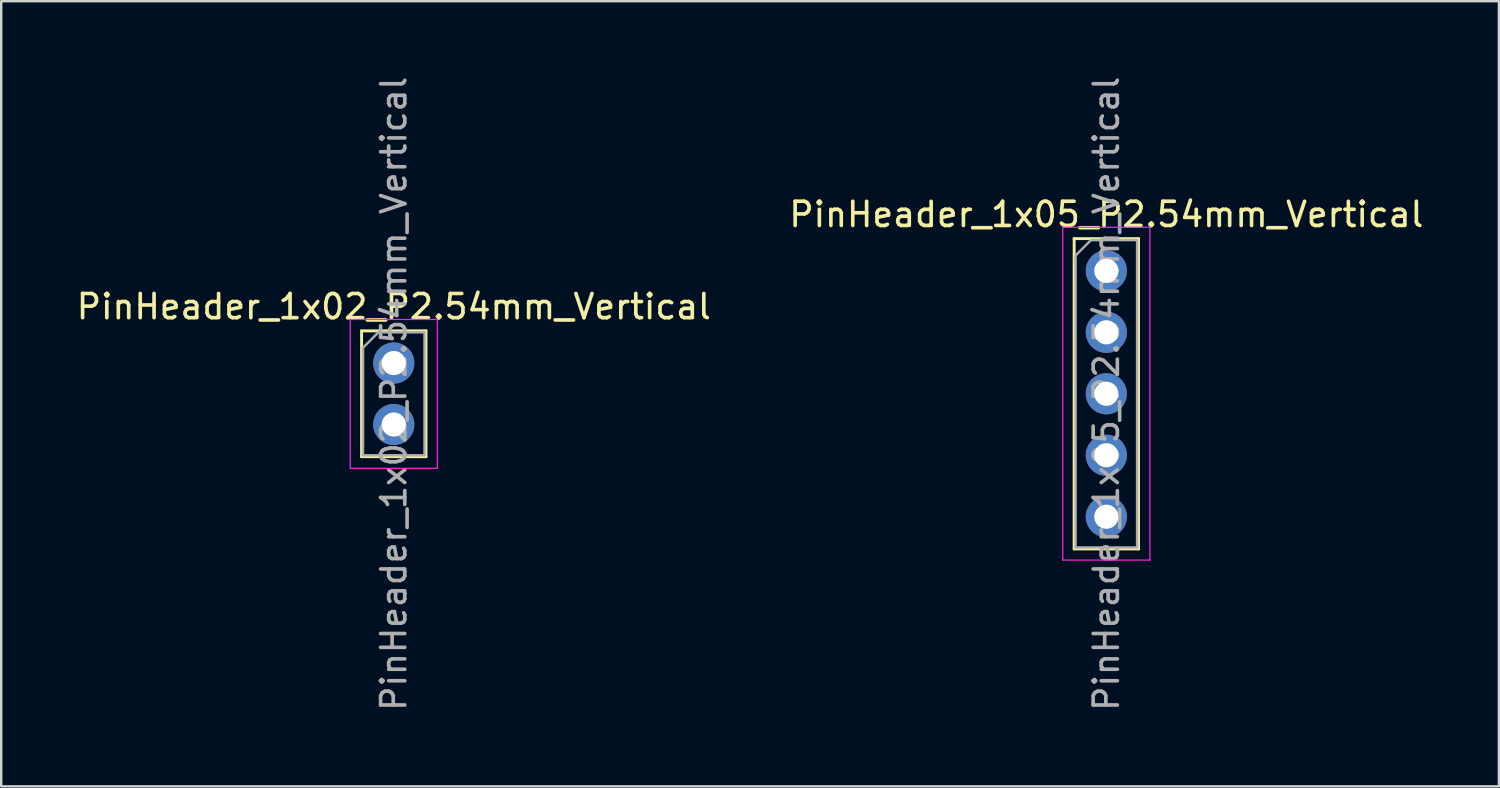
<source format=kicad_pcb>
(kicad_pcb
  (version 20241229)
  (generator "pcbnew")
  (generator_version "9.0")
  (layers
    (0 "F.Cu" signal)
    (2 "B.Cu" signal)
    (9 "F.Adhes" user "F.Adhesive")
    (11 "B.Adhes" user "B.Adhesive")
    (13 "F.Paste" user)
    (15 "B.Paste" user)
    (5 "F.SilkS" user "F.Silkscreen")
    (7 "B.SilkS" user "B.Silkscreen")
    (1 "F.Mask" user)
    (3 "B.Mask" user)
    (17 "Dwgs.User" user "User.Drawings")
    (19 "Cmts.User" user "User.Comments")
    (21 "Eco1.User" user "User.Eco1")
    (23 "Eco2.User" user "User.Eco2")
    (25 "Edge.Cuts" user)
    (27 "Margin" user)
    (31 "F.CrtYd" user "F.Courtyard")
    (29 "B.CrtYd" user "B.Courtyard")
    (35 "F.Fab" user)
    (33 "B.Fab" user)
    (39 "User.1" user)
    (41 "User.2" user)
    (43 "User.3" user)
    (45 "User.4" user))
  (footprint "PinHeader_1x05_P2.54mm_Vertical"
    (layer "F.Cu")
    (at 42.661 8.14)
    (property "Reference" "PinHeader_1x05_P2.54mm_Vertical" (at 0 -2.33 0) (layer "F.SilkS") (effects (font (size 1 1) (thickness 0.15))))
    (attr through_hole)
    (fp_line (start -1.33 -1.33) (end -1.33 11.49) (stroke (width 0.12) (type solid)) (layer "F.SilkS"))
    (fp_line (start -1.33 -1.33) (end 1.33 -1.33) (stroke (width 0.12) (type solid)) (layer "F.SilkS"))
    (fp_line (start -1.33 11.49) (end 1.33 11.49) (stroke (width 0.12) (type solid)) (layer "F.SilkS"))
    (fp_line (start 1.33 -1.33) (end 1.33 11.49) (stroke (width 0.12) (type solid)) (layer "F.SilkS"))
    (fp_line (start -1.8 -1.8) (end -1.8 11.95) (stroke (width 0.05) (type solid)) (layer "F.CrtYd"))
    (fp_line (start -1.8 11.95) (end 1.8 11.95) (stroke (width 0.05) (type solid)) (layer "F.CrtYd"))
    (fp_line (start 1.8 -1.8) (end -1.8 -1.8) (stroke (width 0.05) (type solid)) (layer "F.CrtYd"))
    (fp_line (start 1.8 11.95) (end 1.8 -1.8) (stroke (width 0.05) (type solid)) (layer "F.CrtYd"))
    (fp_line (start -1.27 -0.635) (end -0.635 -1.27) (stroke (width 0.1) (type solid)) (layer "F.Fab"))
    (fp_line (start -1.27 11.43) (end -1.27 -0.635) (stroke (width 0.1) (type solid)) (layer "F.Fab"))
    (fp_line (start -0.635 -1.27) (end 1.27 -1.27) (stroke (width 0.1) (type solid)) (layer "F.Fab"))
    (fp_line (start 1.27 -1.27) (end 1.27 11.43) (stroke (width 0.1) (type solid)) (layer "F.Fab"))
    (fp_line (start 1.27 11.43) (end -1.27 11.43) (stroke (width 0.1) (type solid)) (layer "F.Fab"))
    (fp_text user "${REFERENCE}" (at 0 5.08 90) (layer "F.Fab") (effects (font (size 1 1) (thickness 0.15))))
    (pad "1" thru_hole oval (at 0 0) (size 1.7 1.7) (drill 1) (layers "*.Cu" "*.Mask"))
    (pad "2" thru_hole oval (at 0 2.54) (size 1.7 1.7) (drill 1) (layers "*.Cu" "*.Mask"))
    (pad "3" thru_hole oval (at 0 5.08) (size 1.7 1.7) (drill 1) (layers "*.Cu" "*.Mask"))
    (pad "4" thru_hole oval (at 0 7.62) (size 1.7 1.7) (drill 1) (layers "*.Cu" "*.Mask"))
    (pad "5" thru_hole oval (at 0 10.16) (size 1.7 1.7) (drill 1) (layers "*.Cu" "*.Mask")))
  (footprint "PinHeader_1x02_P2.54mm_Vertical"
    (layer "F.Cu")
    (at 13.22 11.95)
    (property "Reference" "PinHeader_1x02_P2.54mm_Vertical" (at 0 -2.33 0) (layer "F.SilkS") (effects (font (size 1 1) (thickness 0.15))))
    (attr through_hole)
    (fp_line (start -1.33 -1.33) (end -1.33 3.87) (stroke (width 0.12) (type solid)) (layer "F.SilkS"))
    (fp_line (start -1.33 -1.33) (end 1.33 -1.33) (stroke (width 0.12) (type solid)) (layer "F.SilkS"))
    (fp_line (start -1.33 3.87) (end 1.33 3.87) (stroke (width 0.12) (type solid)) (layer "F.SilkS"))
    (fp_line (start 1.33 -1.33) (end 1.33 3.87) (stroke (width 0.12) (type solid)) (layer "F.SilkS"))
    (fp_line (start -1.8 -1.8) (end -1.8 4.35) (stroke (width 0.05) (type solid)) (layer "F.CrtYd"))
    (fp_line (start -1.8 4.35) (end 1.8 4.35) (stroke (width 0.05) (type solid)) (layer "F.CrtYd"))
    (fp_line (start 1.8 -1.8) (end -1.8 -1.8) (stroke (width 0.05) (type solid)) (layer "F.CrtYd"))
    (fp_line (start 1.8 4.35) (end 1.8 -1.8) (stroke (width 0.05) (type solid)) (layer "F.CrtYd"))
    (fp_line (start -1.27 -0.635) (end -0.635 -1.27) (stroke (width 0.1) (type solid)) (layer "F.Fab"))
    (fp_line (start -1.27 3.81) (end -1.27 -0.635) (stroke (width 0.1) (type solid)) (layer "F.Fab"))
    (fp_line (start -0.635 -1.27) (end 1.27 -1.27) (stroke (width 0.1) (type solid)) (layer "F.Fab"))
    (fp_line (start 1.27 -1.27) (end 1.27 3.81) (stroke (width 0.1) (type solid)) (layer "F.Fab"))
    (fp_line (start 1.27 3.81) (end -1.27 3.81) (stroke (width 0.1) (type solid)) (layer "F.Fab"))
    (fp_text user "${REFERENCE}" (at 0 1.27 90) (layer "F.Fab") (effects (font (size 1 1) (thickness 0.15))))
    (pad "1" thru_hole oval (at 0 0) (size 1.7 1.7) (drill 1) (layers "*.Cu" "*.Mask"))
    (pad "2" thru_hole oval (at 0 2.54) (size 1.7 1.7) (drill 1) (layers "*.Cu" "*.Mask")))
  (gr_rect
    (start -3 -3)
    (end 58.881 29.44)
    (stroke (width 0.1) (type default))
    (fill no)
    (layer "Edge.Cuts")))
</source>
